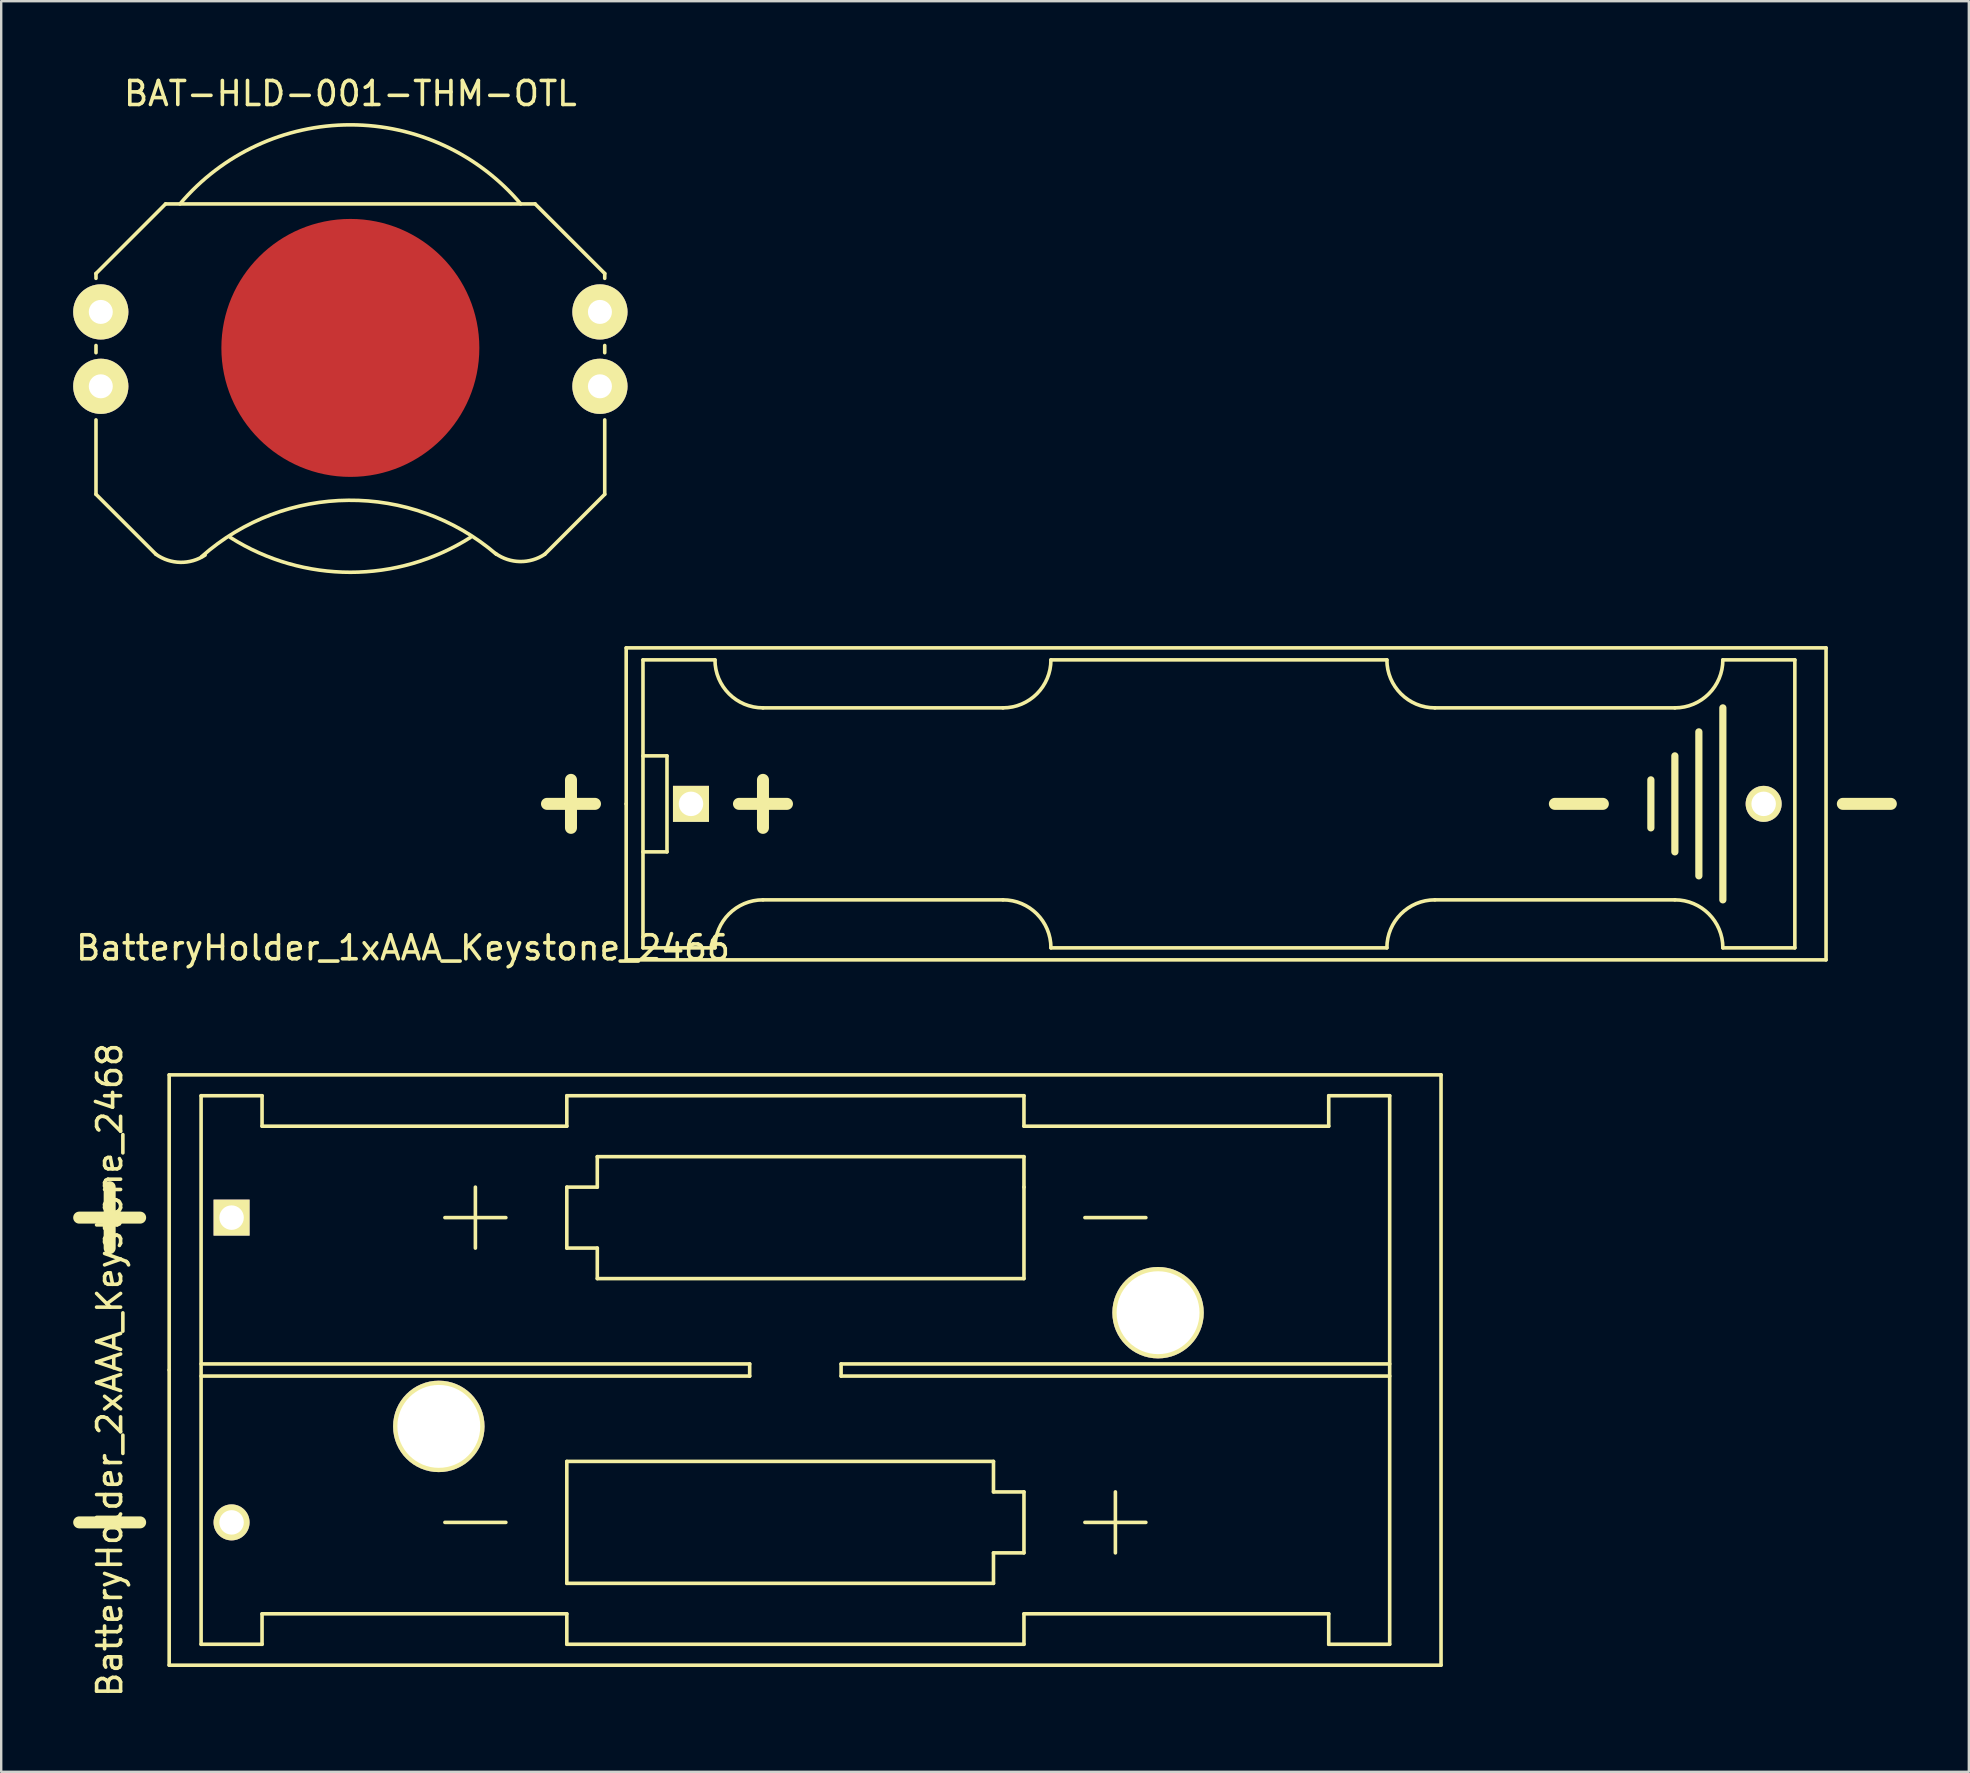
<source format=kicad_pcb>
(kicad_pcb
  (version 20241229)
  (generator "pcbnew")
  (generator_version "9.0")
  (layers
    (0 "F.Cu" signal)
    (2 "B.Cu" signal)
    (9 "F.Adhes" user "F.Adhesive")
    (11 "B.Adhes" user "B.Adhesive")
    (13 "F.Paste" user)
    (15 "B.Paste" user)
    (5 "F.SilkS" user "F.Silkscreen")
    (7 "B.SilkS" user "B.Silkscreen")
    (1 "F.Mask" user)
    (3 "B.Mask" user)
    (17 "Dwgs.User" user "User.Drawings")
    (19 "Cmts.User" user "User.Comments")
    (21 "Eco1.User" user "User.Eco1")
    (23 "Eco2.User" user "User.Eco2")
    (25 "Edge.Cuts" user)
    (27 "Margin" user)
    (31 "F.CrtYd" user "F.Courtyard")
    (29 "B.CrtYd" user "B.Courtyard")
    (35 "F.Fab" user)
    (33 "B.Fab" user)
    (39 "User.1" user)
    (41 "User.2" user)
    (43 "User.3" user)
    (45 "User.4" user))
  (footprint "BatteryHolder_2xAAA_Keystone_2468"
    (layer "F.Cu")
    (at 6.6 47.69)
    (property "Reference" "BatteryHolder_2xAAA_Keystone_2468" (at -5.08 6.35 90) (layer "F.SilkS") (effects (font (size 1 1) (thickness 0.15))))
    (attr through_hole)
    (fp_line (start -5.08 -1.27) (end -5.08 1.27) (stroke (width 0.5) (type solid)) (layer "F.SilkS"))
    (fp_line (start -3.81 0) (end -6.35 0) (stroke (width 0.5) (type solid)) (layer "F.SilkS"))
    (fp_line (start -3.81 12.7) (end -6.35 12.7) (stroke (width 0.5) (type solid)) (layer "F.SilkS"))
    (fp_line (start -2.6 -5.95) (end 50.4 -5.95) (stroke (width 0.15) (type solid)) (layer "F.SilkS"))
    (fp_line (start -2.6 6.35) (end -2.6 -5.95) (stroke (width 0.15) (type solid)) (layer "F.SilkS"))
    (fp_line (start -2.6 18.65) (end -2.6 6.35) (stroke (width 0.15) (type solid)) (layer "F.SilkS"))
    (fp_line (start -2.6 18.65) (end 50.4 18.65) (stroke (width 0.15) (type solid)) (layer "F.SilkS"))
    (fp_line (start -1.27 -5.08) (end -1.27 17.78) (stroke (width 0.15) (type solid)) (layer "F.SilkS"))
    (fp_line (start -1.27 6.096) (end 21.59 6.096) (stroke (width 0.15) (type solid)) (layer "F.SilkS"))
    (fp_line (start -1.27 17.78) (end 1.27 17.78) (stroke (width 0.15) (type solid)) (layer "F.SilkS"))
    (fp_line (start 1.27 -5.08) (end -1.27 -5.08) (stroke (width 0.15) (type solid)) (layer "F.SilkS"))
    (fp_line (start 1.27 -3.81) (end 1.27 -5.08) (stroke (width 0.15) (type solid)) (layer "F.SilkS"))
    (fp_line (start 1.27 -3.81) (end 13.97 -3.81) (stroke (width 0.15) (type solid)) (layer "F.SilkS"))
    (fp_line (start 1.27 16.51) (end 13.97 16.51) (stroke (width 0.15) (type solid)) (layer "F.SilkS"))
    (fp_line (start 1.27 17.78) (end 1.27 16.51) (stroke (width 0.15) (type solid)) (layer "F.SilkS"))
    (fp_line (start 10.16 -1.27) (end 10.16 1.27) (stroke (width 0.15) (type solid)) (layer "F.SilkS"))
    (fp_line (start 11.43 0) (end 8.89 0) (stroke (width 0.15) (type solid)) (layer "F.SilkS"))
    (fp_line (start 11.43 12.7) (end 8.89 12.7) (stroke (width 0.15) (type solid)) (layer "F.SilkS"))
    (fp_line (start 13.97 -5.08) (end 13.97 -3.81) (stroke (width 0.15) (type solid)) (layer "F.SilkS"))
    (fp_line (start 13.97 -1.27) (end 15.24 -1.27) (stroke (width 0.15) (type solid)) (layer "F.SilkS"))
    (fp_line (start 13.97 1.27) (end 13.97 -1.27) (stroke (width 0.15) (type solid)) (layer "F.SilkS"))
    (fp_line (start 13.97 10.16) (end 31.75 10.16) (stroke (width 0.15) (type solid)) (layer "F.SilkS"))
    (fp_line (start 13.97 15.24) (end 13.97 10.16) (stroke (width 0.15) (type solid)) (layer "F.SilkS"))
    (fp_line (start 13.97 16.51) (end 13.97 17.78) (stroke (width 0.15) (type solid)) (layer "F.SilkS"))
    (fp_line (start 13.97 17.78) (end 33.02 17.78) (stroke (width 0.15) (type solid)) (layer "F.SilkS"))
    (fp_line (start 15.24 -2.54) (end 33.02 -2.54) (stroke (width 0.15) (type solid)) (layer "F.SilkS"))
    (fp_line (start 15.24 -1.27) (end 15.24 -2.54) (stroke (width 0.15) (type solid)) (layer "F.SilkS"))
    (fp_line (start 15.24 1.27) (end 13.97 1.27) (stroke (width 0.15) (type solid)) (layer "F.SilkS"))
    (fp_line (start 15.24 2.54) (end 15.24 1.27) (stroke (width 0.15) (type solid)) (layer "F.SilkS"))
    (fp_line (start 21.59 6.096) (end 21.59 6.604) (stroke (width 0.15) (type solid)) (layer "F.SilkS"))
    (fp_line (start 21.59 6.604) (end -1.27 6.604) (stroke (width 0.15) (type solid)) (layer "F.SilkS"))
    (fp_line (start 25.4 6.096) (end 25.4 6.604) (stroke (width 0.15) (type solid)) (layer "F.SilkS"))
    (fp_line (start 25.4 6.604) (end 48.26 6.604) (stroke (width 0.15) (type solid)) (layer "F.SilkS"))
    (fp_line (start 31.75 10.16) (end 31.75 11.43) (stroke (width 0.15) (type solid)) (layer "F.SilkS"))
    (fp_line (start 31.75 11.43) (end 33.02 11.43) (stroke (width 0.15) (type solid)) (layer "F.SilkS"))
    (fp_line (start 31.75 13.97) (end 31.75 15.24) (stroke (width 0.15) (type solid)) (layer "F.SilkS"))
    (fp_line (start 31.75 15.24) (end 13.97 15.24) (stroke (width 0.15) (type solid)) (layer "F.SilkS"))
    (fp_line (start 33.02 -5.08) (end 13.97 -5.08) (stroke (width 0.15) (type solid)) (layer "F.SilkS"))
    (fp_line (start 33.02 -3.81) (end 33.02 -5.08) (stroke (width 0.15) (type solid)) (layer "F.SilkS"))
    (fp_line (start 33.02 -2.54) (end 33.02 -1.27) (stroke (width 0.15) (type solid)) (layer "F.SilkS"))
    (fp_line (start 33.02 -1.27) (end 33.02 2.54) (stroke (width 0.15) (type solid)) (layer "F.SilkS"))
    (fp_line (start 33.02 2.54) (end 15.24 2.54) (stroke (width 0.15) (type solid)) (layer "F.SilkS"))
    (fp_line (start 33.02 11.43) (end 33.02 13.97) (stroke (width 0.15) (type solid)) (layer "F.SilkS"))
    (fp_line (start 33.02 13.97) (end 31.75 13.97) (stroke (width 0.15) (type solid)) (layer "F.SilkS"))
    (fp_line (start 33.02 17.78) (end 33.02 16.51) (stroke (width 0.15) (type solid)) (layer "F.SilkS"))
    (fp_line (start 35.56 0) (end 38.1 0) (stroke (width 0.15) (type solid)) (layer "F.SilkS"))
    (fp_line (start 35.56 12.7) (end 38.1 12.7) (stroke (width 0.15) (type solid)) (layer "F.SilkS"))
    (fp_line (start 36.83 13.97) (end 36.83 11.43) (stroke (width 0.15) (type solid)) (layer "F.SilkS"))
    (fp_line (start 45.72 -5.08) (end 45.72 -3.81) (stroke (width 0.15) (type solid)) (layer "F.SilkS"))
    (fp_line (start 45.72 -3.81) (end 33.02 -3.81) (stroke (width 0.15) (type solid)) (layer "F.SilkS"))
    (fp_line (start 45.72 16.51) (end 33.02 16.51) (stroke (width 0.15) (type solid)) (layer "F.SilkS"))
    (fp_line (start 45.72 17.78) (end 45.72 16.51) (stroke (width 0.15) (type solid)) (layer "F.SilkS"))
    (fp_line (start 48.26 -5.08) (end 45.72 -5.08) (stroke (width 0.15) (type solid)) (layer "F.SilkS"))
    (fp_line (start 48.26 -5.08) (end 48.26 17.78) (stroke (width 0.15) (type solid)) (layer "F.SilkS"))
    (fp_line (start 48.26 6.096) (end 25.4 6.096) (stroke (width 0.15) (type solid)) (layer "F.SilkS"))
    (fp_line (start 48.26 17.78) (end 45.72 17.78) (stroke (width 0.15) (type solid)) (layer "F.SilkS"))
    (fp_line (start 50.4 18.65) (end 50.4 -5.95) (stroke (width 0.15) (type solid)) (layer "F.SilkS"))
    (pad "1" thru_hole rect (at 0 0) (size 1.5 1.5) (drill 1.02) (layers "*.Cu" "*.Mask" "F.SilkS"))
    (pad "2" thru_hole circle (at 0 12.7) (size 1.5 1.5) (drill 1.02) (layers "*.Cu" "*.Mask" "F.SilkS"))
    (pad "3" thru_hole circle (at 8.636 8.7) (size 3.81 3.81) (drill 3.454) (layers "*.Cu" "*.Mask" "F.SilkS"))
    (pad "3" thru_hole circle (at 38.608 3.962) (size 3.81 3.81) (drill 3.454) (layers "*.Cu" "*.Mask" "F.SilkS")))
  (footprint "BAT-HLD-001-THM-OTL"
    (layer "F.Cu")
    (at 11.55 11.448)
    (property "Reference" "BAT-HLD-001-THM-OTL" (at 0 -10.6 0) (layer "F.SilkS") (effects (font (size 1 1) (thickness 0.15))))
    (attr through_hole)
    (fp_line (start -10.6 -3.1) (end -10.6 -2.9) (stroke (width 0.15) (type solid)) (layer "F.SilkS"))
    (fp_line (start -10.6 0.2) (end -10.6 -0.1) (stroke (width 0.15) (type solid)) (layer "F.SilkS"))
    (fp_line (start -10.6 3) (end -10.6 6.1) (stroke (width 0.15) (type solid)) (layer "F.SilkS"))
    (fp_line (start -10.6 6.1) (end -8.1 8.6) (stroke (width 0.15) (type solid)) (layer "F.SilkS"))
    (fp_line (start -7.7 -6) (end -10.6 -3.1) (stroke (width 0.15) (type solid)) (layer "F.SilkS"))
    (fp_line (start -7.7 -6) (end 7.7 -6) (stroke (width 0.15) (type solid)) (layer "F.SilkS"))
    (fp_line (start 10.6 -3.1) (end 7.7 -6) (stroke (width 0.15) (type solid)) (layer "F.SilkS"))
    (fp_line (start 10.6 -2.9) (end 10.6 -3.1) (stroke (width 0.15) (type solid)) (layer "F.SilkS"))
    (fp_line (start 10.6 0.2) (end 10.6 -0.1) (stroke (width 0.15) (type solid)) (layer "F.SilkS"))
    (fp_line (start 10.6 6.1) (end 8.1 8.6) (stroke (width 0.15) (type solid)) (layer "F.SilkS"))
    (fp_line (start 10.6 6.1) (end 10.6 3) (stroke (width 0.15) (type solid)) (layer "F.SilkS"))
    (fp_arc (start -7.1 -6) (mid 0 -9.295698) (end 7.1 -6) (stroke (width 0.15) (type solid)) (layer "F.SilkS"))
    (fp_arc (start -6.2 8.7) (mid -0.075928 6.349372) (end 6.085508 8.60024) (stroke (width 0.15) (type solid)) (layer "F.SilkS"))
    (fp_arc (start -6.052158 8.633021) (mid -7.081224 8.935562) (end -8.1 8.6) (stroke (width 0.15) (type solid)) (layer "F.SilkS"))
    (fp_arc (start 5 7.9) (mid 0 9.349332) (end -5 7.9) (stroke (width 0.15) (type solid)) (layer "F.SilkS"))
    (fp_arc (start 8.1 8.6) (mid 7.070934 8.902541) (end 6.052158 8.566979) (stroke (width 0.15) (type solid)) (layer "F.SilkS"))
    (pad "1" thru_hole circle (at -10.4 -1.5) (size 2.3 2.3) (drill 1) (layers "*.Cu" "*.Mask" "F.SilkS"))
    (pad "1" thru_hole circle (at -10.4 1.6) (size 2.3 2.3) (drill 1) (layers "*.Cu" "*.Mask" "F.SilkS"))
    (pad "1" thru_hole circle (at 10.4 -1.5) (size 2.3 2.3) (drill 1) (layers "*.Cu" "*.Mask" "F.SilkS"))
    (pad "1" thru_hole circle (at 10.4 1.6) (size 2.3 2.3) (drill 1) (layers "*.Cu" "*.Mask" "F.SilkS"))
    (pad "2" smd circle (at 0 0) (size 10.75 10.75) (layers "F.Cu" "F.Mask")))
  (footprint "BatteryHolder_1xAAA_Keystone_2466"
    (layer "F.Cu")
    (at 25.744 30.448)
    (property "Reference" "BatteryHolder_1xAAA_Keystone_2466" (at -12 6 0) (layer "F.SilkS") (effects (font (size 1 1) (thickness 0.15))))
    (attr through_hole)
    (fp_line (start -5 -1) (end -5 1) (stroke (width 0.5) (type solid)) (layer "F.SilkS"))
    (fp_line (start -4 0) (end -6 0) (stroke (width 0.5) (type solid)) (layer "F.SilkS"))
    (fp_line (start -2.7 -6.5) (end 47.3 -6.5) (stroke (width 0.15) (type solid)) (layer "F.SilkS"))
    (fp_line (start -2.7 0) (end -2.7 -6.5) (stroke (width 0.15) (type solid)) (layer "F.SilkS"))
    (fp_line (start -2.7 6.5) (end -2.7 0) (stroke (width 0.15) (type solid)) (layer "F.SilkS"))
    (fp_line (start -2 -6) (end -2 6) (stroke (width 0.15) (type solid)) (layer "F.SilkS"))
    (fp_line (start -2 -6) (end 1 -6) (stroke (width 0.15) (type solid)) (layer "F.SilkS"))
    (fp_line (start -2 -2) (end -1 -2) (stroke (width 0.15) (type solid)) (layer "F.SilkS"))
    (fp_line (start -2 6) (end 1 6) (stroke (width 0.15) (type solid)) (layer "F.SilkS"))
    (fp_line (start -1 -2) (end -1 2) (stroke (width 0.15) (type solid)) (layer "F.SilkS"))
    (fp_line (start -1 2) (end -2 2) (stroke (width 0.15) (type solid)) (layer "F.SilkS"))
    (fp_line (start 2 0) (end 4 0) (stroke (width 0.5) (type solid)) (layer "F.SilkS"))
    (fp_line (start 3 -4) (end 13 -4) (stroke (width 0.15) (type solid)) (layer "F.SilkS"))
    (fp_line (start 3 -1) (end 3 1) (stroke (width 0.5) (type solid)) (layer "F.SilkS"))
    (fp_line (start 3 4) (end 13 4) (stroke (width 0.15) (type solid)) (layer "F.SilkS"))
    (fp_line (start 15 6) (end 29 6) (stroke (width 0.15) (type solid)) (layer "F.SilkS"))
    (fp_line (start 29 -6) (end 15 -6) (stroke (width 0.15) (type solid)) (layer "F.SilkS"))
    (fp_line (start 38 0) (end 36 0) (stroke (width 0.5) (type solid)) (layer "F.SilkS"))
    (fp_line (start 40 -1) (end 40 1) (stroke (width 0.3) (type solid)) (layer "F.SilkS"))
    (fp_line (start 41 -4) (end 31 -4) (stroke (width 0.15) (type solid)) (layer "F.SilkS"))
    (fp_line (start 41 -2) (end 41 2) (stroke (width 0.3) (type solid)) (layer "F.SilkS"))
    (fp_line (start 41 4) (end 31 4) (stroke (width 0.15) (type solid)) (layer "F.SilkS"))
    (fp_line (start 42 3) (end 42 -3) (stroke (width 0.3) (type solid)) (layer "F.SilkS"))
    (fp_line (start 43 -4) (end 43 4) (stroke (width 0.3) (type solid)) (layer "F.SilkS"))
    (fp_line (start 46 -6) (end 43 -6) (stroke (width 0.15) (type solid)) (layer "F.SilkS"))
    (fp_line (start 46 -6) (end 46 6) (stroke (width 0.15) (type solid)) (layer "F.SilkS"))
    (fp_line (start 46 6) (end 43 6) (stroke (width 0.15) (type solid)) (layer "F.SilkS"))
    (fp_line (start 47.3 -6.5) (end 47.3 6.5) (stroke (width 0.15) (type solid)) (layer "F.SilkS"))
    (fp_line (start 47.3 6.5) (end -2.7 6.5) (stroke (width 0.15) (type solid)) (layer "F.SilkS"))
    (fp_line (start 48 0) (end 50 0) (stroke (width 0.5) (type solid)) (layer "F.SilkS"))
    (fp_arc (start 1 6) (mid 1.585786 4.585786) (end 3 4) (stroke (width 0.15) (type solid)) (layer "F.SilkS"))
    (fp_arc (start 3 -4) (mid 1.585786 -4.585786) (end 1 -6) (stroke (width 0.15) (type solid)) (layer "F.SilkS"))
    (fp_arc (start 13 4) (mid 14.414214 4.585786) (end 15 6) (stroke (width 0.15) (type solid)) (layer "F.SilkS"))
    (fp_arc (start 15 -6) (mid 14.414214 -4.585786) (end 13 -4) (stroke (width 0.15) (type solid)) (layer "F.SilkS"))
    (fp_arc (start 29 6) (mid 29.585786 4.585786) (end 31 4) (stroke (width 0.15) (type solid)) (layer "F.SilkS"))
    (fp_arc (start 31 -4) (mid 29.585786 -4.585786) (end 29 -6) (stroke (width 0.15) (type solid)) (layer "F.SilkS"))
    (fp_arc (start 41 4) (mid 42.414214 4.585786) (end 43 6) (stroke (width 0.15) (type solid)) (layer "F.SilkS"))
    (fp_arc (start 43 -6) (mid 42.414214 -4.585786) (end 41 -4) (stroke (width 0.15) (type solid)) (layer "F.SilkS"))
    (pad "1" thru_hole rect (at 0 0) (size 1.5 1.5) (drill 1.02) (layers "*.Cu" "*.Mask" "F.SilkS"))
    (pad "2" thru_hole circle (at 44.7 0) (size 1.5 1.5) (drill 1.02) (layers "*.Cu" "*.Mask" "F.SilkS")))
  (gr_rect
    (start -3 -3)
    (end 78.994 70.784)
    (stroke (width 0.1) (type default))
    (fill no)
    (layer "Edge.Cuts")))
</source>
